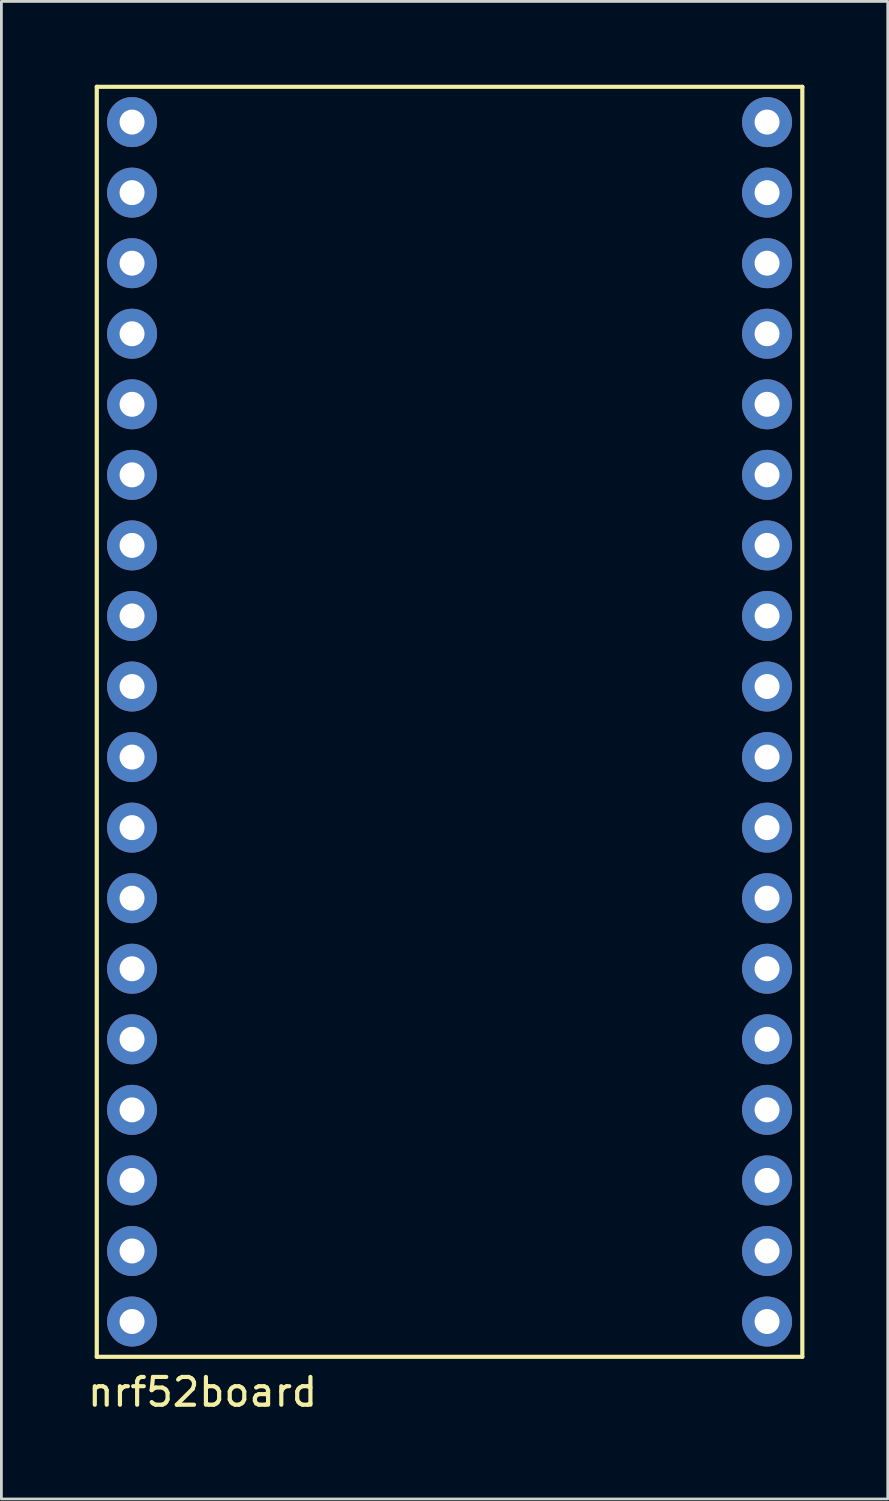
<source format=kicad_pcb>
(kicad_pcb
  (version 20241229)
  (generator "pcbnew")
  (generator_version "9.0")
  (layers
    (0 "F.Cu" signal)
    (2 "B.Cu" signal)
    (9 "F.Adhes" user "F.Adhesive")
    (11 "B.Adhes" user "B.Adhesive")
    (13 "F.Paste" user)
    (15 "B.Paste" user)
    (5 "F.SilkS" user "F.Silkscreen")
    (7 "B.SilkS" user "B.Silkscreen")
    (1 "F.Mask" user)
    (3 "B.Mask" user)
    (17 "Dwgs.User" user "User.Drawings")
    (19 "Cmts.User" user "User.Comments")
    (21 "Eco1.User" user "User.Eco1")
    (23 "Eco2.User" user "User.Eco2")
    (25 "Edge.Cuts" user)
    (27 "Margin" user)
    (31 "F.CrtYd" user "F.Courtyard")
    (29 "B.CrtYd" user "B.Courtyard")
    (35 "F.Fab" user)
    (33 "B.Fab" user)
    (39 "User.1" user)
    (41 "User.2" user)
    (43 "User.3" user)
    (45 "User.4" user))
  (footprint "nrf52board"
    (layer "F.Cu")
    (at 11.984 24.155)
    (property "Reference" "nrf52board" (at -7.74 22.91 0) (layer "F.SilkS") (effects (font (size 1 1) (thickness 0.15))))
    (attr through_hole)
    (fp_line (start -11.55 -24.08) (end 13.85 -24.08) (stroke (width 0.15) (type solid)) (layer "F.SilkS"))
    (fp_line (start -11.55 21.64) (end -11.55 -24.08) (stroke (width 0.15) (type solid)) (layer "F.SilkS"))
    (fp_line (start 13.85 -24.08) (end 13.85 21.64) (stroke (width 0.15) (type solid)) (layer "F.SilkS"))
    (fp_line (start 13.85 21.64) (end -11.55 21.64) (stroke (width 0.15) (type solid)) (layer "F.SilkS"))
    (pad "1" thru_hole circle (at -10.28 -22.81 90) (size 1.8 1.8) (drill 0.9) (layers "*.Cu" "*.Mask"))
    (pad "2" thru_hole circle (at -10.28 -20.27 90) (size 1.8 1.8) (drill 0.9) (layers "*.Cu" "*.Mask"))
    (pad "3" thru_hole circle (at -10.28 -17.73 90) (size 1.8 1.8) (drill 0.9) (layers "*.Cu" "*.Mask"))
    (pad "4" thru_hole circle (at -10.28 -15.19 90) (size 1.8 1.8) (drill 0.9) (layers "*.Cu" "*.Mask"))
    (pad "5" thru_hole circle (at -10.28 -12.65 90) (size 1.8 1.8) (drill 0.9) (layers "*.Cu" "*.Mask"))
    (pad "6" thru_hole circle (at -10.28 -10.11 90) (size 1.8 1.8) (drill 0.9) (layers "*.Cu" "*.Mask"))
    (pad "7" thru_hole circle (at -10.28 -7.57 90) (size 1.8 1.8) (drill 0.9) (layers "*.Cu" "*.Mask"))
    (pad "8" thru_hole circle (at -10.28 -5.03 90) (size 1.8 1.8) (drill 0.9) (layers "*.Cu" "*.Mask"))
    (pad "9" thru_hole circle (at -10.28 -2.49 90) (size 1.8 1.8) (drill 0.9) (layers "*.Cu" "*.Mask"))
    (pad "10" thru_hole circle (at -10.28 0.05 90) (size 1.8 1.8) (drill 0.9) (layers "*.Cu" "*.Mask"))
    (pad "11" thru_hole circle (at -10.28 2.59 90) (size 1.8 1.8) (drill 0.9) (layers "*.Cu" "*.Mask"))
    (pad "12" thru_hole circle (at -10.28 5.13 90) (size 1.8 1.8) (drill 0.9) (layers "*.Cu" "*.Mask"))
    (pad "13" thru_hole circle (at -10.28 7.67 90) (size 1.8 1.8) (drill 0.9) (layers "*.Cu" "*.Mask"))
    (pad "14" thru_hole circle (at -10.28 10.21 90) (size 1.8 1.8) (drill 0.9) (layers "*.Cu" "*.Mask"))
    (pad "15" thru_hole circle (at -10.28 12.75 90) (size 1.8 1.8) (drill 0.9) (layers "*.Cu" "*.Mask"))
    (pad "16" thru_hole circle (at -10.28 15.29 90) (size 1.8 1.8) (drill 0.9) (layers "*.Cu" "*.Mask"))
    (pad "17" thru_hole circle (at -10.28 17.83 90) (size 1.8 1.8) (drill 0.9) (layers "*.Cu" "*.Mask"))
    (pad "18" thru_hole circle (at -10.28 20.37 90) (size 1.8 1.8) (drill 0.9) (layers "*.Cu" "*.Mask"))
    (pad "19" thru_hole circle (at 12.58 20.37 90) (size 1.8 1.8) (drill 0.9) (layers "*.Cu" "*.Mask"))
    (pad "20" thru_hole circle (at 12.58 17.83 90) (size 1.8 1.8) (drill 0.9) (layers "*.Cu" "*.Mask"))
    (pad "21" thru_hole circle (at 12.58 15.29 90) (size 1.8 1.8) (drill 0.9) (layers "*.Cu" "*.Mask"))
    (pad "22" thru_hole circle (at 12.58 12.75 90) (size 1.8 1.8) (drill 0.9) (layers "*.Cu" "*.Mask"))
    (pad "23" thru_hole circle (at 12.58 10.21 90) (size 1.8 1.8) (drill 0.9) (layers "*.Cu" "*.Mask"))
    (pad "24" thru_hole circle (at 12.58 7.67 90) (size 1.8 1.8) (drill 0.9) (layers "*.Cu" "*.Mask"))
    (pad "25" thru_hole circle (at 12.58 5.13 90) (size 1.8 1.8) (drill 0.9) (layers "*.Cu" "*.Mask"))
    (pad "26" thru_hole circle (at 12.58 2.59 90) (size 1.8 1.8) (drill 0.9) (layers "*.Cu" "*.Mask"))
    (pad "27" thru_hole circle (at 12.58 0.05 90) (size 1.8 1.8) (drill 0.9) (layers "*.Cu" "*.Mask"))
    (pad "28" thru_hole circle (at 12.58 -2.49 90) (size 1.8 1.8) (drill 0.9) (layers "*.Cu" "*.Mask"))
    (pad "29" thru_hole circle (at 12.58 -5.03 90) (size 1.8 1.8) (drill 0.9) (layers "*.Cu" "*.Mask"))
    (pad "30" thru_hole circle (at 12.58 -7.57 90) (size 1.8 1.8) (drill 0.9) (layers "*.Cu" "*.Mask"))
    (pad "31" thru_hole circle (at 12.58 -10.11 90) (size 1.8 1.8) (drill 0.9) (layers "*.Cu" "*.Mask"))
    (pad "32" thru_hole circle (at 12.58 -12.65 90) (size 1.8 1.8) (drill 0.9) (layers "*.Cu" "*.Mask"))
    (pad "33" thru_hole circle (at 12.58 -15.19 90) (size 1.8 1.8) (drill 0.9) (layers "*.Cu" "*.Mask"))
    (pad "34" thru_hole circle (at 12.58 -17.73 90) (size 1.8 1.8) (drill 0.9) (layers "*.Cu" "*.Mask"))
    (pad "35" thru_hole circle (at 12.58 -20.27 90) (size 1.8 1.8) (drill 0.9) (layers "*.Cu" "*.Mask"))
    (pad "36" thru_hole circle (at 12.58 -22.81 90) (size 1.8 1.8) (drill 0.9) (layers "*.Cu" "*.Mask")))
  (gr_rect
    (start -3 -3)
    (end 28.909 50.913)
    (stroke (width 0.1) (type default))
    (fill no)
    (layer "Edge.Cuts")))
</source>
